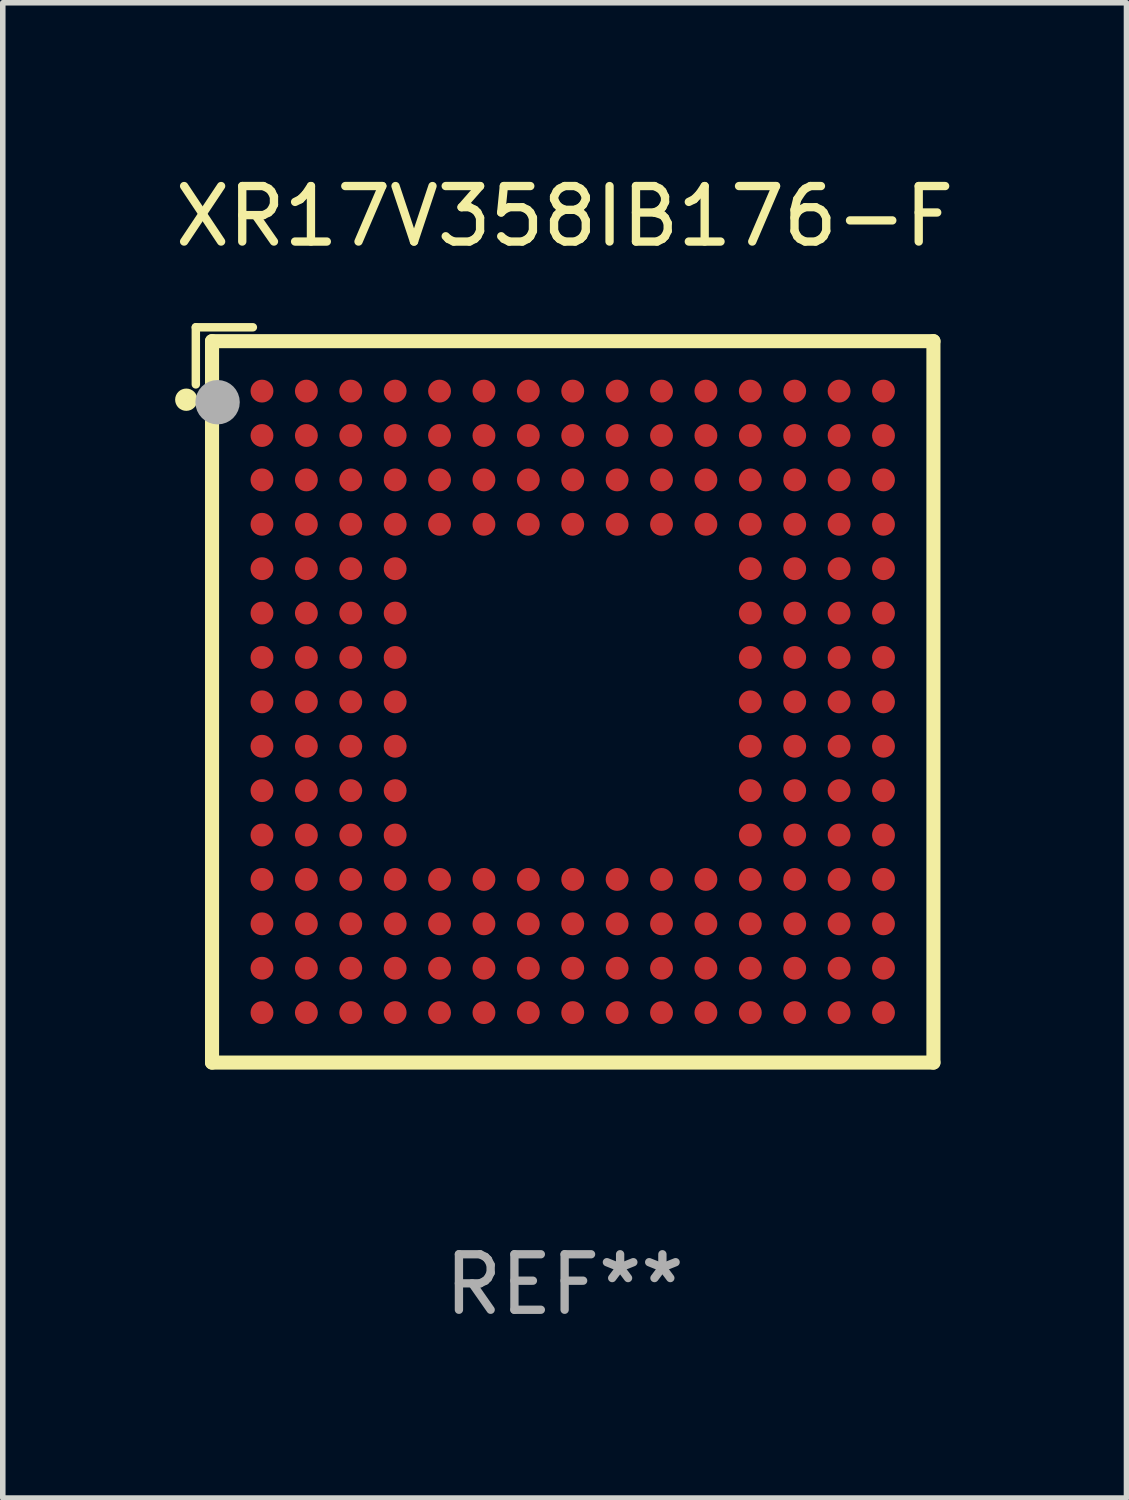
<source format=kicad_pcb>
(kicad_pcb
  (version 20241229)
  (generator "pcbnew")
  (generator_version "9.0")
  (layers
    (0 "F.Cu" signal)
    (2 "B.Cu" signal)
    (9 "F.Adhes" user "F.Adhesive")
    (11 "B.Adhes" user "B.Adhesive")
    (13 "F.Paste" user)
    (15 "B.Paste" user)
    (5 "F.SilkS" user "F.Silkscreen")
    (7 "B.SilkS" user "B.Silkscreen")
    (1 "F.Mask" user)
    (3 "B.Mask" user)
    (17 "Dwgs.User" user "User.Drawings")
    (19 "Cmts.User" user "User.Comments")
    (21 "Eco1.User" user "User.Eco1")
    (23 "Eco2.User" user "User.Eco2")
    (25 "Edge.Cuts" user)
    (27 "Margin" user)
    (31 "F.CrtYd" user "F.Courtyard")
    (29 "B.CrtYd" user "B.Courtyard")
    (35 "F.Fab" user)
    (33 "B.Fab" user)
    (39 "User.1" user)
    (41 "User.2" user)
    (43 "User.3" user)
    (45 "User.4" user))
  (footprint "XR17V358IB176-F"
    (layer "F.Cu")
    (at 7.125 9.473)
    (property "Reference" "XR17V358IB176-F" (at 0 -8.625 0) (layer "F.SilkS") (effects (font (size 1 1) (thickness 0.15))))
    (attr through_hole)
    (fp_line (start -6.646 -6.625) (end -6.646 -5.596) (stroke (width 0.152) (type solid)) (layer "F.SilkS"))
    (fp_line (start -6.354 -6.375) (end 6.646 -6.375) (stroke (width 0.254) (type solid)) (layer "F.SilkS"))
    (fp_line (start -6.354 6.625) (end -6.354 -6.375) (stroke (width 0.254) (type solid)) (layer "F.SilkS"))
    (fp_line (start -5.618 -6.625) (end -6.646 -6.625) (stroke (width 0.152) (type solid)) (layer "F.SilkS"))
    (fp_line (start 6.646 -6.375) (end 6.646 6.625) (stroke (width 0.254) (type solid)) (layer "F.SilkS"))
    (fp_line (start 6.646 6.625) (end -6.354 6.625) (stroke (width 0.254) (type solid)) (layer "F.SilkS"))
    (fp_circle (center -6.818 -5.32) (end -6.717 -5.32) (stroke (width 0.2) (type solid)) (fill no) (layer "F.SilkS"))
    (fp_circle (center -6.354 -6.375) (end -6.324 -6.375) (stroke (width 0.06) (type solid)) (fill no) (layer "F.SilkS"))
    (fp_circle (center -6.254 -5.275) (end -6.054 -5.275) (stroke (width 0.4) (type solid)) (fill no) (layer "F.Fab"))
    (fp_text user "REF**" (at 0 10.625 0) (layer "F.Fab") (effects (font (size 1 1) (thickness 0.15))))
    (pad "A1" smd circle (at -5.454 -5.475) (size 0.412 0.412) (layers "F.Cu" "F.Mask" "F.Paste"))
    (pad "A2" smd circle (at -4.654 -5.475) (size 0.412 0.412) (layers "F.Cu" "F.Mask" "F.Paste"))
    (pad "A3" smd circle (at -3.854 -5.475) (size 0.412 0.412) (layers "F.Cu" "F.Mask" "F.Paste"))
    (pad "A4" smd circle (at -3.054 -5.475) (size 0.412 0.412) (layers "F.Cu" "F.Mask" "F.Paste"))
    (pad "A5" smd circle (at -2.254 -5.475) (size 0.412 0.412) (layers "F.Cu" "F.Mask" "F.Paste"))
    (pad "A6" smd circle (at -1.454 -5.475) (size 0.412 0.412) (layers "F.Cu" "F.Mask" "F.Paste"))
    (pad "A7" smd circle (at -0.654 -5.475) (size 0.412 0.412) (layers "F.Cu" "F.Mask" "F.Paste"))
    (pad "A8" smd circle (at 0.146 -5.475) (size 0.412 0.412) (layers "F.Cu" "F.Mask" "F.Paste"))
    (pad "A9" smd circle (at 0.946 -5.475) (size 0.412 0.412) (layers "F.Cu" "F.Mask" "F.Paste"))
    (pad "A10" smd circle (at 1.746 -5.475) (size 0.412 0.412) (layers "F.Cu" "F.Mask" "F.Paste"))
    (pad "A11" smd circle (at 2.546 -5.475) (size 0.412 0.412) (layers "F.Cu" "F.Mask" "F.Paste"))
    (pad "A12" smd circle (at 3.346 -5.475) (size 0.412 0.412) (layers "F.Cu" "F.Mask" "F.Paste"))
    (pad "A13" smd circle (at 4.146 -5.475) (size 0.412 0.412) (layers "F.Cu" "F.Mask" "F.Paste"))
    (pad "A14" smd circle (at 4.946 -5.475) (size 0.412 0.412) (layers "F.Cu" "F.Mask" "F.Paste"))
    (pad "A15" smd circle (at 5.746 -5.475) (size 0.412 0.412) (layers "F.Cu" "F.Mask" "F.Paste"))
    (pad "B1" smd circle (at -5.454 -4.675) (size 0.412 0.412) (layers "F.Cu" "F.Mask" "F.Paste"))
    (pad "B2" smd circle (at -4.654 -4.675) (size 0.412 0.412) (layers "F.Cu" "F.Mask" "F.Paste"))
    (pad "B3" smd circle (at -3.854 -4.675) (size 0.412 0.412) (layers "F.Cu" "F.Mask" "F.Paste"))
    (pad "B4" smd circle (at -3.054 -4.675) (size 0.412 0.412) (layers "F.Cu" "F.Mask" "F.Paste"))
    (pad "B5" smd circle (at -2.254 -4.675) (size 0.412 0.412) (layers "F.Cu" "F.Mask" "F.Paste"))
    (pad "B6" smd circle (at -1.454 -4.675) (size 0.412 0.412) (layers "F.Cu" "F.Mask" "F.Paste"))
    (pad "B7" smd circle (at -0.654 -4.675) (size 0.412 0.412) (layers "F.Cu" "F.Mask" "F.Paste"))
    (pad "B8" smd circle (at 0.146 -4.675) (size 0.412 0.412) (layers "F.Cu" "F.Mask" "F.Paste"))
    (pad "B9" smd circle (at 0.946 -4.675) (size 0.412 0.412) (layers "F.Cu" "F.Mask" "F.Paste"))
    (pad "B10" smd circle (at 1.746 -4.675) (size 0.412 0.412) (layers "F.Cu" "F.Mask" "F.Paste"))
    (pad "B11" smd circle (at 2.546 -4.675) (size 0.412 0.412) (layers "F.Cu" "F.Mask" "F.Paste"))
    (pad "B12" smd circle (at 3.346 -4.675) (size 0.412 0.412) (layers "F.Cu" "F.Mask" "F.Paste"))
    (pad "B13" smd circle (at 4.146 -4.675) (size 0.412 0.412) (layers "F.Cu" "F.Mask" "F.Paste"))
    (pad "B14" smd circle (at 4.946 -4.675) (size 0.412 0.412) (layers "F.Cu" "F.Mask" "F.Paste"))
    (pad "B15" smd circle (at 5.746 -4.675) (size 0.412 0.412) (layers "F.Cu" "F.Mask" "F.Paste"))
    (pad "C1" smd circle (at -5.454 -3.875) (size 0.412 0.412) (layers "F.Cu" "F.Mask" "F.Paste"))
    (pad "C2" smd circle (at -4.654 -3.875) (size 0.412 0.412) (layers "F.Cu" "F.Mask" "F.Paste"))
    (pad "C3" smd circle (at -3.854 -3.875) (size 0.412 0.412) (layers "F.Cu" "F.Mask" "F.Paste"))
    (pad "C4" smd circle (at -3.054 -3.875) (size 0.412 0.412) (layers "F.Cu" "F.Mask" "F.Paste"))
    (pad "C5" smd circle (at -2.254 -3.875) (size 0.412 0.412) (layers "F.Cu" "F.Mask" "F.Paste"))
    (pad "C6" smd circle (at -1.454 -3.875) (size 0.412 0.412) (layers "F.Cu" "F.Mask" "F.Paste"))
    (pad "C7" smd circle (at -0.654 -3.875) (size 0.412 0.412) (layers "F.Cu" "F.Mask" "F.Paste"))
    (pad "C8" smd circle (at 0.146 -3.875) (size 0.412 0.412) (layers "F.Cu" "F.Mask" "F.Paste"))
    (pad "C9" smd circle (at 0.946 -3.875) (size 0.412 0.412) (layers "F.Cu" "F.Mask" "F.Paste"))
    (pad "C10" smd circle (at 1.746 -3.875) (size 0.412 0.412) (layers "F.Cu" "F.Mask" "F.Paste"))
    (pad "C11" smd circle (at 2.546 -3.875) (size 0.412 0.412) (layers "F.Cu" "F.Mask" "F.Paste"))
    (pad "C12" smd circle (at 3.346 -3.875) (size 0.412 0.412) (layers "F.Cu" "F.Mask" "F.Paste"))
    (pad "C13" smd circle (at 4.146 -3.875) (size 0.412 0.412) (layers "F.Cu" "F.Mask" "F.Paste"))
    (pad "C14" smd circle (at 4.946 -3.875) (size 0.412 0.412) (layers "F.Cu" "F.Mask" "F.Paste"))
    (pad "C15" smd circle (at 5.746 -3.875) (size 0.412 0.412) (layers "F.Cu" "F.Mask" "F.Paste"))
    (pad "D1" smd circle (at -5.454 -3.075) (size 0.412 0.412) (layers "F.Cu" "F.Mask" "F.Paste"))
    (pad "D2" smd circle (at -4.654 -3.075) (size 0.412 0.412) (layers "F.Cu" "F.Mask" "F.Paste"))
    (pad "D3" smd circle (at -3.854 -3.075) (size 0.412 0.412) (layers "F.Cu" "F.Mask" "F.Paste"))
    (pad "D4" smd circle (at -3.054 -3.075) (size 0.412 0.412) (layers "F.Cu" "F.Mask" "F.Paste"))
    (pad "D5" smd circle (at -2.254 -3.075) (size 0.412 0.412) (layers "F.Cu" "F.Mask" "F.Paste"))
    (pad "D6" smd circle (at -1.454 -3.075) (size 0.412 0.412) (layers "F.Cu" "F.Mask" "F.Paste"))
    (pad "D7" smd circle (at -0.654 -3.075) (size 0.412 0.412) (layers "F.Cu" "F.Mask" "F.Paste"))
    (pad "D8" smd circle (at 0.146 -3.075) (size 0.412 0.412) (layers "F.Cu" "F.Mask" "F.Paste"))
    (pad "D9" smd circle (at 0.946 -3.075) (size 0.412 0.412) (layers "F.Cu" "F.Mask" "F.Paste"))
    (pad "D10" smd circle (at 1.746 -3.075) (size 0.412 0.412) (layers "F.Cu" "F.Mask" "F.Paste"))
    (pad "D11" smd circle (at 2.546 -3.075) (size 0.412 0.412) (layers "F.Cu" "F.Mask" "F.Paste"))
    (pad "D12" smd circle (at 3.346 -3.075) (size 0.412 0.412) (layers "F.Cu" "F.Mask" "F.Paste"))
    (pad "D13" smd circle (at 4.146 -3.075) (size 0.412 0.412) (layers "F.Cu" "F.Mask" "F.Paste"))
    (pad "D14" smd circle (at 4.946 -3.075) (size 0.412 0.412) (layers "F.Cu" "F.Mask" "F.Paste"))
    (pad "D15" smd circle (at 5.746 -3.075) (size 0.412 0.412) (layers "F.Cu" "F.Mask" "F.Paste"))
    (pad "E1" smd circle (at -5.454 -2.275) (size 0.412 0.412) (layers "F.Cu" "F.Mask" "F.Paste"))
    (pad "E2" smd circle (at -4.654 -2.275) (size 0.412 0.412) (layers "F.Cu" "F.Mask" "F.Paste"))
    (pad "E3" smd circle (at -3.854 -2.275) (size 0.412 0.412) (layers "F.Cu" "F.Mask" "F.Paste"))
    (pad "E4" smd circle (at -3.054 -2.275) (size 0.412 0.412) (layers "F.Cu" "F.Mask" "F.Paste"))
    (pad "E12" smd circle (at 3.346 -2.275) (size 0.412 0.412) (layers "F.Cu" "F.Mask" "F.Paste"))
    (pad "E13" smd circle (at 4.146 -2.275) (size 0.412 0.412) (layers "F.Cu" "F.Mask" "F.Paste"))
    (pad "E14" smd circle (at 4.946 -2.275) (size 0.412 0.412) (layers "F.Cu" "F.Mask" "F.Paste"))
    (pad "E15" smd circle (at 5.746 -2.275) (size 0.412 0.412) (layers "F.Cu" "F.Mask" "F.Paste"))
    (pad "F1" smd circle (at -5.454 -1.475) (size 0.412 0.412) (layers "F.Cu" "F.Mask" "F.Paste"))
    (pad "F2" smd circle (at -4.654 -1.475) (size 0.412 0.412) (layers "F.Cu" "F.Mask" "F.Paste"))
    (pad "F3" smd circle (at -3.854 -1.475) (size 0.412 0.412) (layers "F.Cu" "F.Mask" "F.Paste"))
    (pad "F4" smd circle (at -3.054 -1.475) (size 0.412 0.412) (layers "F.Cu" "F.Mask" "F.Paste"))
    (pad "F12" smd circle (at 3.346 -1.475) (size 0.412 0.412) (layers "F.Cu" "F.Mask" "F.Paste"))
    (pad "F13" smd circle (at 4.146 -1.475) (size 0.412 0.412) (layers "F.Cu" "F.Mask" "F.Paste"))
    (pad "F14" smd circle (at 4.946 -1.475) (size 0.412 0.412) (layers "F.Cu" "F.Mask" "F.Paste"))
    (pad "F15" smd circle (at 5.746 -1.475) (size 0.412 0.412) (layers "F.Cu" "F.Mask" "F.Paste"))
    (pad "G1" smd circle (at -5.454 -0.675) (size 0.412 0.412) (layers "F.Cu" "F.Mask" "F.Paste"))
    (pad "G2" smd circle (at -4.654 -0.675) (size 0.412 0.412) (layers "F.Cu" "F.Mask" "F.Paste"))
    (pad "G3" smd circle (at -3.854 -0.675) (size 0.412 0.412) (layers "F.Cu" "F.Mask" "F.Paste"))
    (pad "G4" smd circle (at -3.054 -0.675) (size 0.412 0.412) (layers "F.Cu" "F.Mask" "F.Paste"))
    (pad "G12" smd circle (at 3.346 -0.675) (size 0.412 0.412) (layers "F.Cu" "F.Mask" "F.Paste"))
    (pad "G13" smd circle (at 4.146 -0.675) (size 0.412 0.412) (layers "F.Cu" "F.Mask" "F.Paste"))
    (pad "G14" smd circle (at 4.946 -0.675) (size 0.412 0.412) (layers "F.Cu" "F.Mask" "F.Paste"))
    (pad "G15" smd circle (at 5.746 -0.675) (size 0.412 0.412) (layers "F.Cu" "F.Mask" "F.Paste"))
    (pad "H1" smd circle (at -5.454 0.125) (size 0.412 0.412) (layers "F.Cu" "F.Mask" "F.Paste"))
    (pad "H2" smd circle (at -4.654 0.125) (size 0.412 0.412) (layers "F.Cu" "F.Mask" "F.Paste"))
    (pad "H3" smd circle (at -3.854 0.125) (size 0.412 0.412) (layers "F.Cu" "F.Mask" "F.Paste"))
    (pad "H4" smd circle (at -3.054 0.125) (size 0.412 0.412) (layers "F.Cu" "F.Mask" "F.Paste"))
    (pad "H12" smd circle (at 3.346 0.125) (size 0.412 0.412) (layers "F.Cu" "F.Mask" "F.Paste"))
    (pad "H13" smd circle (at 4.146 0.125) (size 0.412 0.412) (layers "F.Cu" "F.Mask" "F.Paste"))
    (pad "H14" smd circle (at 4.946 0.125) (size 0.412 0.412) (layers "F.Cu" "F.Mask" "F.Paste"))
    (pad "H15" smd circle (at 5.746 0.125) (size 0.412 0.412) (layers "F.Cu" "F.Mask" "F.Paste"))
    (pad "J1" smd circle (at -5.454 0.925) (size 0.412 0.412) (layers "F.Cu" "F.Mask" "F.Paste"))
    (pad "J2" smd circle (at -4.654 0.925) (size 0.412 0.412) (layers "F.Cu" "F.Mask" "F.Paste"))
    (pad "J3" smd circle (at -3.854 0.925) (size 0.412 0.412) (layers "F.Cu" "F.Mask" "F.Paste"))
    (pad "J4" smd circle (at -3.054 0.925) (size 0.412 0.412) (layers "F.Cu" "F.Mask" "F.Paste"))
    (pad "J12" smd circle (at 3.346 0.925) (size 0.412 0.412) (layers "F.Cu" "F.Mask" "F.Paste"))
    (pad "J13" smd circle (at 4.146 0.925) (size 0.412 0.412) (layers "F.Cu" "F.Mask" "F.Paste"))
    (pad "J14" smd circle (at 4.946 0.925) (size 0.412 0.412) (layers "F.Cu" "F.Mask" "F.Paste"))
    (pad "J15" smd circle (at 5.746 0.925) (size 0.412 0.412) (layers "F.Cu" "F.Mask" "F.Paste"))
    (pad "K1" smd circle (at -5.454 1.725) (size 0.412 0.412) (layers "F.Cu" "F.Mask" "F.Paste"))
    (pad "K2" smd circle (at -4.654 1.725) (size 0.412 0.412) (layers "F.Cu" "F.Mask" "F.Paste"))
    (pad "K3" smd circle (at -3.854 1.725) (size 0.412 0.412) (layers "F.Cu" "F.Mask" "F.Paste"))
    (pad "K4" smd circle (at -3.054 1.725) (size 0.412 0.412) (layers "F.Cu" "F.Mask" "F.Paste"))
    (pad "K12" smd circle (at 3.346 1.725) (size 0.412 0.412) (layers "F.Cu" "F.Mask" "F.Paste"))
    (pad "K13" smd circle (at 4.146 1.725) (size 0.412 0.412) (layers "F.Cu" "F.Mask" "F.Paste"))
    (pad "K14" smd circle (at 4.946 1.725) (size 0.412 0.412) (layers "F.Cu" "F.Mask" "F.Paste"))
    (pad "K15" smd circle (at 5.746 1.725) (size 0.412 0.412) (layers "F.Cu" "F.Mask" "F.Paste"))
    (pad "L1" smd circle (at -5.454 2.525) (size 0.412 0.412) (layers "F.Cu" "F.Mask" "F.Paste"))
    (pad "L2" smd circle (at -4.654 2.525) (size 0.412 0.412) (layers "F.Cu" "F.Mask" "F.Paste"))
    (pad "L3" smd circle (at -3.854 2.525) (size 0.412 0.412) (layers "F.Cu" "F.Mask" "F.Paste"))
    (pad "L4" smd circle (at -3.054 2.525) (size 0.412 0.412) (layers "F.Cu" "F.Mask" "F.Paste"))
    (pad "L12" smd circle (at 3.346 2.525) (size 0.412 0.412) (layers "F.Cu" "F.Mask" "F.Paste"))
    (pad "L13" smd circle (at 4.146 2.525) (size 0.412 0.412) (layers "F.Cu" "F.Mask" "F.Paste"))
    (pad "L14" smd circle (at 4.946 2.525) (size 0.412 0.412) (layers "F.Cu" "F.Mask" "F.Paste"))
    (pad "L15" smd circle (at 5.746 2.525) (size 0.412 0.412) (layers "F.Cu" "F.Mask" "F.Paste"))
    (pad "M1" smd circle (at -5.454 3.325) (size 0.412 0.412) (layers "F.Cu" "F.Mask" "F.Paste"))
    (pad "M2" smd circle (at -4.654 3.325) (size 0.412 0.412) (layers "F.Cu" "F.Mask" "F.Paste"))
    (pad "M3" smd circle (at -3.854 3.325) (size 0.412 0.412) (layers "F.Cu" "F.Mask" "F.Paste"))
    (pad "M4" smd circle (at -3.054 3.325) (size 0.412 0.412) (layers "F.Cu" "F.Mask" "F.Paste"))
    (pad "M5" smd circle (at -2.254 3.325) (size 0.412 0.412) (layers "F.Cu" "F.Mask" "F.Paste"))
    (pad "M6" smd circle (at -1.454 3.325) (size 0.412 0.412) (layers "F.Cu" "F.Mask" "F.Paste"))
    (pad "M7" smd circle (at -0.654 3.325) (size 0.412 0.412) (layers "F.Cu" "F.Mask" "F.Paste"))
    (pad "M8" smd circle (at 0.146 3.325) (size 0.412 0.412) (layers "F.Cu" "F.Mask" "F.Paste"))
    (pad "M9" smd circle (at 0.946 3.325) (size 0.412 0.412) (layers "F.Cu" "F.Mask" "F.Paste"))
    (pad "M10" smd circle (at 1.746 3.325) (size 0.412 0.412) (layers "F.Cu" "F.Mask" "F.Paste"))
    (pad "M11" smd circle (at 2.546 3.325) (size 0.412 0.412) (layers "F.Cu" "F.Mask" "F.Paste"))
    (pad "M12" smd circle (at 3.346 3.325) (size 0.412 0.412) (layers "F.Cu" "F.Mask" "F.Paste"))
    (pad "M13" smd circle (at 4.146 3.325) (size 0.412 0.412) (layers "F.Cu" "F.Mask" "F.Paste"))
    (pad "M14" smd circle (at 4.946 3.325) (size 0.412 0.412) (layers "F.Cu" "F.Mask" "F.Paste"))
    (pad "M15" smd circle (at 5.746 3.325) (size 0.412 0.412) (layers "F.Cu" "F.Mask" "F.Paste"))
    (pad "N1" smd circle (at -5.454 4.125) (size 0.412 0.412) (layers "F.Cu" "F.Mask" "F.Paste"))
    (pad "N2" smd circle (at -4.654 4.125) (size 0.412 0.412) (layers "F.Cu" "F.Mask" "F.Paste"))
    (pad "N3" smd circle (at -3.854 4.125) (size 0.412 0.412) (layers "F.Cu" "F.Mask" "F.Paste"))
    (pad "N4" smd circle (at -3.054 4.125) (size 0.412 0.412) (layers "F.Cu" "F.Mask" "F.Paste"))
    (pad "N5" smd circle (at -2.254 4.125) (size 0.412 0.412) (layers "F.Cu" "F.Mask" "F.Paste"))
    (pad "N6" smd circle (at -1.454 4.125) (size 0.412 0.412) (layers "F.Cu" "F.Mask" "F.Paste"))
    (pad "N7" smd circle (at -0.654 4.125) (size 0.412 0.412) (layers "F.Cu" "F.Mask" "F.Paste"))
    (pad "N8" smd circle (at 0.146 4.125) (size 0.412 0.412) (layers "F.Cu" "F.Mask" "F.Paste"))
    (pad "N9" smd circle (at 0.946 4.125) (size 0.412 0.412) (layers "F.Cu" "F.Mask" "F.Paste"))
    (pad "N10" smd circle (at 1.746 4.125) (size 0.412 0.412) (layers "F.Cu" "F.Mask" "F.Paste"))
    (pad "N11" smd circle (at 2.546 4.125) (size 0.412 0.412) (layers "F.Cu" "F.Mask" "F.Paste"))
    (pad "N12" smd circle (at 3.346 4.125) (size 0.412 0.412) (layers "F.Cu" "F.Mask" "F.Paste"))
    (pad "N13" smd circle (at 4.146 4.125) (size 0.412 0.412) (layers "F.Cu" "F.Mask" "F.Paste"))
    (pad "N14" smd circle (at 4.946 4.125) (size 0.412 0.412) (layers "F.Cu" "F.Mask" "F.Paste"))
    (pad "N15" smd circle (at 5.746 4.125) (size 0.412 0.412) (layers "F.Cu" "F.Mask" "F.Paste"))
    (pad "P1" smd circle (at -5.454 4.925) (size 0.412 0.412) (layers "F.Cu" "F.Mask" "F.Paste"))
    (pad "P2" smd circle (at -4.654 4.925) (size 0.412 0.412) (layers "F.Cu" "F.Mask" "F.Paste"))
    (pad "P3" smd circle (at -3.854 4.925) (size 0.412 0.412) (layers "F.Cu" "F.Mask" "F.Paste"))
    (pad "P4" smd circle (at -3.054 4.925) (size 0.412 0.412) (layers "F.Cu" "F.Mask" "F.Paste"))
    (pad "P5" smd circle (at -2.254 4.925) (size 0.412 0.412) (layers "F.Cu" "F.Mask" "F.Paste"))
    (pad "P6" smd circle (at -1.454 4.925) (size 0.412 0.412) (layers "F.Cu" "F.Mask" "F.Paste"))
    (pad "P7" smd circle (at -0.654 4.925) (size 0.412 0.412) (layers "F.Cu" "F.Mask" "F.Paste"))
    (pad "P8" smd circle (at 0.146 4.925) (size 0.412 0.412) (layers "F.Cu" "F.Mask" "F.Paste"))
    (pad "P9" smd circle (at 0.946 4.925) (size 0.412 0.412) (layers "F.Cu" "F.Mask" "F.Paste"))
    (pad "P10" smd circle (at 1.746 4.925) (size 0.412 0.412) (layers "F.Cu" "F.Mask" "F.Paste"))
    (pad "P11" smd circle (at 2.546 4.925) (size 0.412 0.412) (layers "F.Cu" "F.Mask" "F.Paste"))
    (pad "P12" smd circle (at 3.346 4.925) (size 0.412 0.412) (layers "F.Cu" "F.Mask" "F.Paste"))
    (pad "P13" smd circle (at 4.146 4.925) (size 0.412 0.412) (layers "F.Cu" "F.Mask" "F.Paste"))
    (pad "P14" smd circle (at 4.946 4.925) (size 0.412 0.412) (layers "F.Cu" "F.Mask" "F.Paste"))
    (pad "P15" smd circle (at 5.746 4.925) (size 0.412 0.412) (layers "F.Cu" "F.Mask" "F.Paste"))
    (pad "R1" smd circle (at -5.454 5.725) (size 0.412 0.412) (layers "F.Cu" "F.Mask" "F.Paste"))
    (pad "R2" smd circle (at -4.654 5.725) (size 0.412 0.412) (layers "F.Cu" "F.Mask" "F.Paste"))
    (pad "R3" smd circle (at -3.854 5.725) (size 0.412 0.412) (layers "F.Cu" "F.Mask" "F.Paste"))
    (pad "R4" smd circle (at -3.054 5.725) (size 0.412 0.412) (layers "F.Cu" "F.Mask" "F.Paste"))
    (pad "R5" smd circle (at -2.254 5.725) (size 0.412 0.412) (layers "F.Cu" "F.Mask" "F.Paste"))
    (pad "R6" smd circle (at -1.454 5.725) (size 0.412 0.412) (layers "F.Cu" "F.Mask" "F.Paste"))
    (pad "R7" smd circle (at -0.654 5.725) (size 0.412 0.412) (layers "F.Cu" "F.Mask" "F.Paste"))
    (pad "R8" smd circle (at 0.146 5.725) (size 0.412 0.412) (layers "F.Cu" "F.Mask" "F.Paste"))
    (pad "R9" smd circle (at 0.946 5.725) (size 0.412 0.412) (layers "F.Cu" "F.Mask" "F.Paste"))
    (pad "R10" smd circle (at 1.746 5.725) (size 0.412 0.412) (layers "F.Cu" "F.Mask" "F.Paste"))
    (pad "R11" smd circle (at 2.546 5.725) (size 0.412 0.412) (layers "F.Cu" "F.Mask" "F.Paste"))
    (pad "R12" smd circle (at 3.346 5.725) (size 0.412 0.412) (layers "F.Cu" "F.Mask" "F.Paste"))
    (pad "R13" smd circle (at 4.146 5.725) (size 0.412 0.412) (layers "F.Cu" "F.Mask" "F.Paste"))
    (pad "R14" smd circle (at 4.946 5.725) (size 0.412 0.412) (layers "F.Cu" "F.Mask" "F.Paste"))
    (pad "R15" smd circle (at 5.746 5.725) (size 0.412 0.412) (layers "F.Cu" "F.Mask" "F.Paste")))
  (gr_rect
    (start -3 -3)
    (end 17.25 23.946)
    (stroke (width 0.1) (type default))
    (fill no)
    (layer "Edge.Cuts")))
</source>
